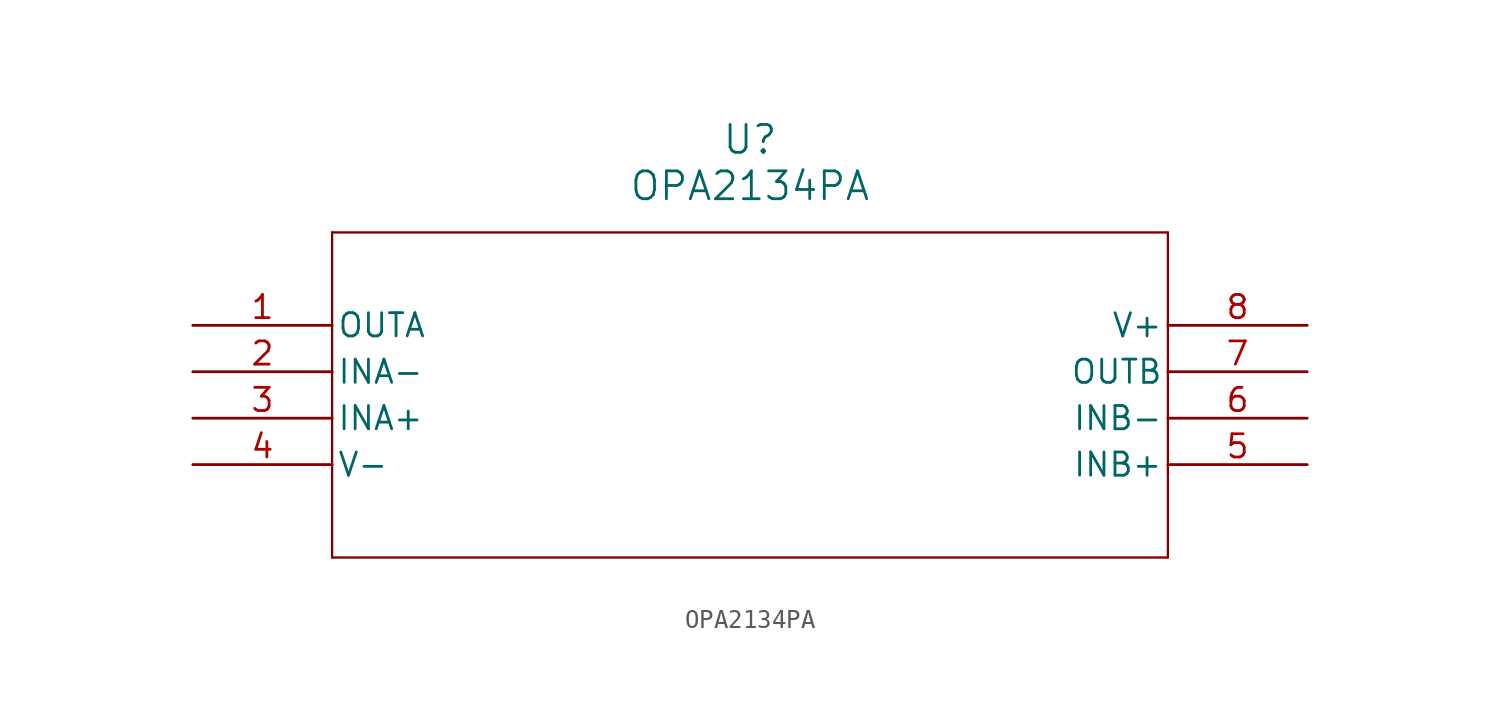
<source format=kicad_sym>
(kicad_symbol_lib
  (version 20231120)
  (generator "kicad_symbol_editor")
  (generator_version "8.0")
  (symbol "OPA2134PA"
    (pin_names
      (offset 0.254))
    (property "Reference" "U"
      (at 30.48 10.16 0)
      (effects (font (size 1.524 1.524))))
    (property "Value" "OPA2134PA"
      (at 30.48 7.62 0)
      (effects (font (size 1.524 1.524))))
    (property "ki_locked" ""
      (at 0 0 0)
      (effects (font (size 1.27 1.27))))
    (symbol "OPA2134PA_0_1"
      (polyline (pts (xy 7.62 -12.7) (xy 53.34 -12.7)) (stroke (width 0.127) (type default)) (fill (type none)))
      (polyline (pts (xy 7.62 5.08) (xy 7.62 -12.7)) (stroke (width 0.127) (type default)) (fill (type none)))
      (polyline (pts (xy 53.34 -12.7) (xy 53.34 5.08)) (stroke (width 0.127) (type default)) (fill (type none)))
      (polyline (pts (xy 53.34 5.08) (xy 7.62 5.08)) (stroke (width 0.127) (type default)) (fill (type none)))
      (pin output line (at 0 0 0) (length 7.62) (name "OUTA" (effects (font (size 1.27 1.27)))) (number "1" (effects (font (size 1.27 1.27)))))
      (pin input line (at 0 -2.54 0) (length 7.62) (name "INA-" (effects (font (size 1.27 1.27)))) (number "2" (effects (font (size 1.27 1.27)))))
      (pin input line (at 0 -5.08 0) (length 7.62) (name "INA+" (effects (font (size 1.27 1.27)))) (number "3" (effects (font (size 1.27 1.27)))))
      (pin power_in line (at 0 -7.62 0) (length 7.62) (name "V-" (effects (font (size 1.27 1.27)))) (number "4" (effects (font (size 1.27 1.27)))))
      (pin input line (at 60.96 -7.62 180) (length 7.62) (name "INB+" (effects (font (size 1.27 1.27)))) (number "5" (effects (font (size 1.27 1.27)))))
      (pin input line (at 60.96 -5.08 180) (length 7.62) (name "INB-" (effects (font (size 1.27 1.27)))) (number "6" (effects (font (size 1.27 1.27)))))
      (pin output line (at 60.96 -2.54 180) (length 7.62) (name "OUTB" (effects (font (size 1.27 1.27)))) (number "7" (effects (font (size 1.27 1.27)))))
      (pin power_in line (at 60.96 0 180) (length 7.62) (name "V+" (effects (font (size 1.27 1.27)))) (number "8" (effects (font (size 1.27 1.27))))))))
</source>
